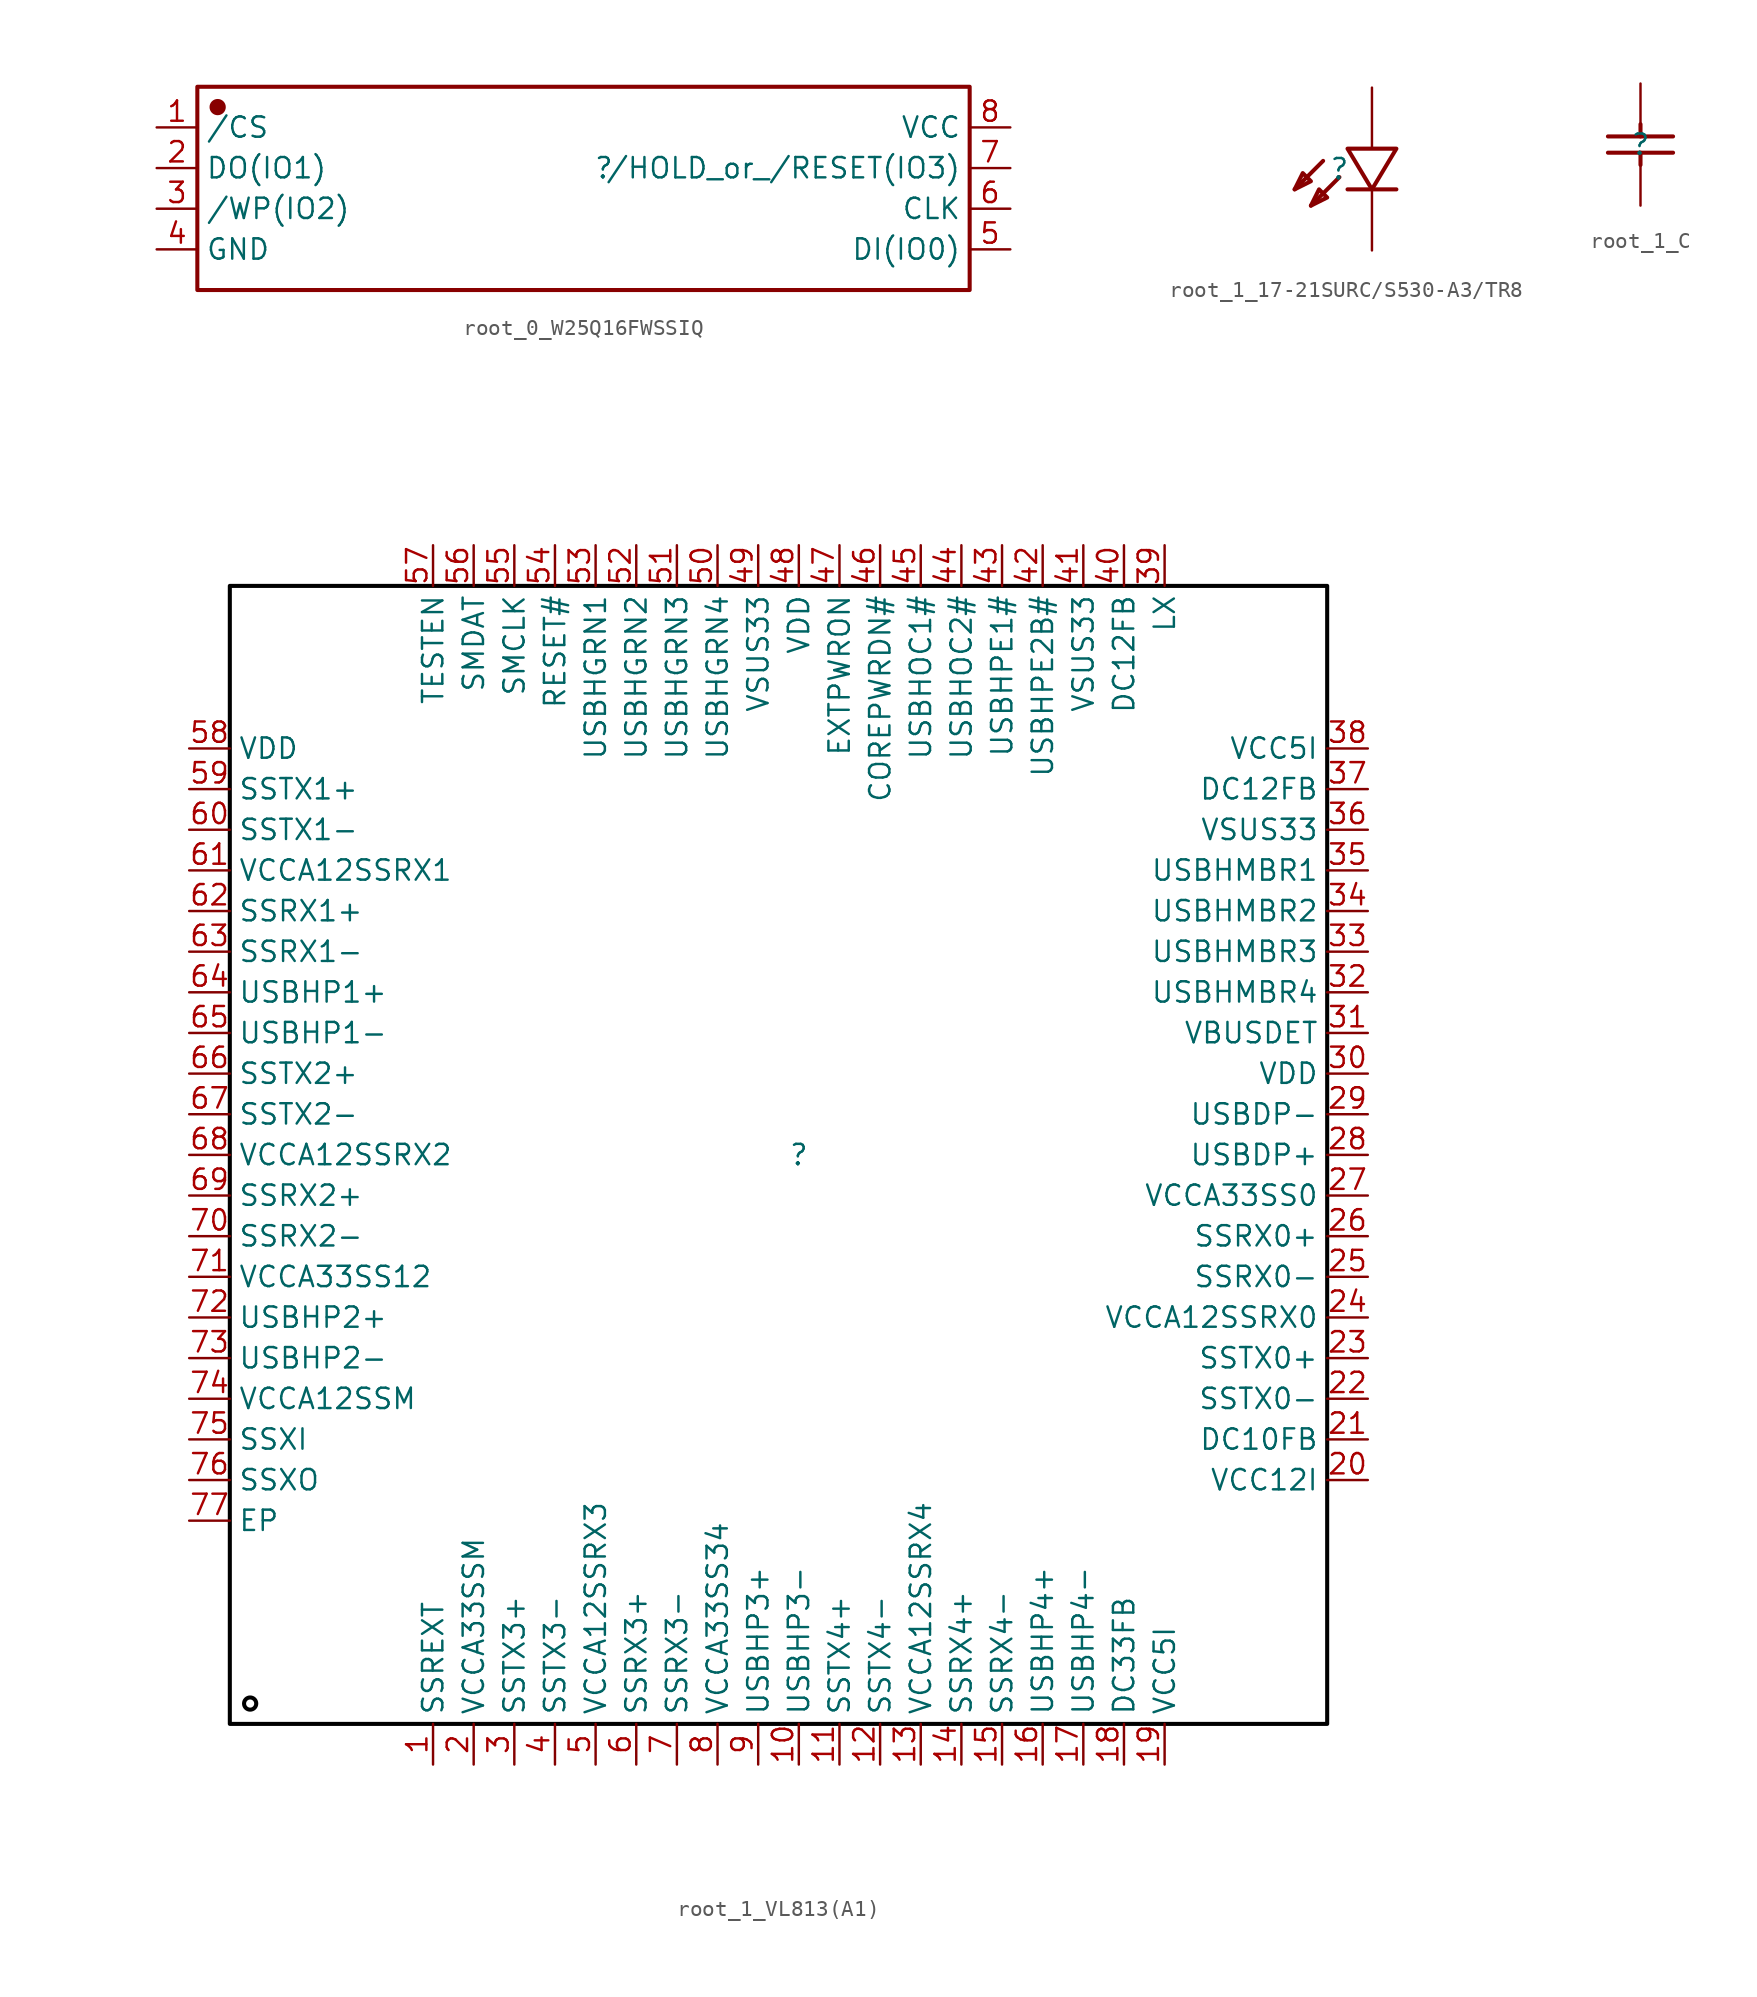
<source format=kicad_sym>
(kicad_symbol_lib
  (version 20231120)
  (generator "kicad_symbol_editor")
  (generator_version "8.0")
  (symbol "root_0_W25Q16FWSSIQ"
    (property "Reference" ""
      (at 0 0 0)
      (effects (font (size 1.27 1.27))))
    (property "Value" ""
      (at 0 0 0)
      (effects (font (size 1.27 1.27))))
    (symbol "root_0_W25Q16FWSSIQ_1_0"
      (rectangle (start -25.4 5.08) (end 22.86 -7.62) (stroke (width 0.254) (type solid) (color 136 0 0 1)) (fill (type none)))
      (circle (center -24.13 3.81) (radius 0.381) (stroke (width 0.254) (type solid) (color 136 0 0 1)) (fill (type outline)))
      (pin passive line (at -27.94 2.54 0) (length 2.54) (name "/CS" (effects (font (size 1.27 1.27)))) (number "1" (effects (font (size 1.27 1.27)))))
      (pin passive line (at -27.94 0 0) (length 2.54) (name "DO(IO1)" (effects (font (size 1.27 1.27)))) (number "2" (effects (font (size 1.27 1.27)))))
      (pin passive line (at -27.94 -2.54 0) (length 2.54) (name "/WP(IO2)" (effects (font (size 1.27 1.27)))) (number "3" (effects (font (size 1.27 1.27)))))
      (pin passive line (at -27.94 -5.08 0) (length 2.54) (name "GND" (effects (font (size 1.27 1.27)))) (number "4" (effects (font (size 1.27 1.27)))))
      (pin passive line (at 25.4 -5.08 180) (length 2.54) (name "DI(IO0)" (effects (font (size 1.27 1.27)))) (number "5" (effects (font (size 1.27 1.27)))))
      (pin passive line (at 25.4 -2.54 180) (length 2.54) (name "CLK" (effects (font (size 1.27 1.27)))) (number "6" (effects (font (size 1.27 1.27)))))
      (pin passive line (at 25.4 0 180) (length 2.54) (name "/HOLD_or_/RESET(IO3)" (effects (font (size 1.27 1.27)))) (number "7" (effects (font (size 1.27 1.27)))))
      (pin passive line (at 25.4 2.54 180) (length 2.54) (name "VCC" (effects (font (size 1.27 1.27)))) (number "8" (effects (font (size 1.27 1.27)))))))
  (symbol "root_1_17-21SURC/S530-A3/TR8"
    (property "Reference" ""
      (at 0 0 0)
      (effects (font (size 1.27 1.27))))
    (property "Value" ""
      (at 0 0 0)
      (effects (font (size 1.27 1.27))))
    (symbol "root_1_17-21SURC/S530-A3/TR8_1_0"
      (polyline (pts (xy -1.016 0.508) (xy -2.794 -1.27)) (stroke (width 0.254) (type solid) (color 136 0 0 1)) (fill (type none)))
      (polyline (pts (xy 0 -0.508) (xy -1.778 -2.286)) (stroke (width 0.254) (type solid) (color 136 0 0 1)) (fill (type none)))
      (polyline (pts (xy 0.508 -1.27) (xy 3.556 -1.27)) (stroke (width 0.254) (type solid) (color 136 0 0 1)) (fill (type none)))
      (polyline (pts (xy -2.794 -1.27) (xy -2.286 -0.254) (xy -2.286 -0.254) (xy -1.778 -0.762) (xy -1.778 -0.762) (xy -2.794 -1.27)) (stroke (width 0.254) (type solid) (color 136 0 0 1)) (fill (type none)))
      (polyline (pts (xy -1.778 -2.286) (xy -1.27 -1.27) (xy -1.27 -1.27) (xy -0.762 -1.778) (xy -0.762 -1.778) (xy -1.778 -2.286)) (stroke (width 0.254) (type solid) (color 136 0 0 1)) (fill (type none)))
      (polyline (pts (xy 3.556 1.27) (xy 2.032 -1.27) (xy 2.032 -1.27) (xy 0.508 1.27) (xy 0.508 1.27) (xy 3.556 1.27)) (stroke (width 0.254) (type solid) (color 136 0 0 1)) (fill (type none)))
      (pin passive line (at 2.032 5.08 270) (length 3.81) (name "A" (effects (font (size 0 0)))) (number "1" (effects (font (size 0 0)))))
      (pin passive line (at 2.032 -5.08 90) (length 3.81) (name "C" (effects (font (size 0 0)))) (number "2" (effects (font (size 0 0)))))))
  (symbol "root_1_C"
    (property "Reference" ""
      (at 0 0 0)
      (effects (font (size 1.27 1.27))))
    (property "Value" ""
      (at 0 0 0)
      (effects (font (size 1.27 1.27))))
    (symbol "root_1_C_1_0"
      (polyline (pts (xy -2.032 -0.508) (xy 2.032 -0.508)) (stroke (width 0.254) (type solid) (color 136 0 0 1)) (fill (type none)))
      (polyline (pts (xy -2.032 0.508) (xy 2.032 0.508)) (stroke (width 0.254) (type solid) (color 136 0 0 1)) (fill (type none)))
      (polyline (pts (xy 0 -1.27) (xy 0 -0.508)) (stroke (width 0.254) (type solid) (color 136 0 0 1)) (fill (type none)))
      (polyline (pts (xy 0 0.508) (xy 0 1.27)) (stroke (width 0.254) (type solid) (color 136 0 0 1)) (fill (type none)))
      (pin passive line (at 0 -3.81 90) (length 2.54) (name "1" (effects (font (size 0 0)))) (number "1" (effects (font (size 0 0)))))
      (pin passive line (at 0 3.81 270) (length 2.54) (name "2" (effects (font (size 0 0)))) (number "2" (effects (font (size 0 0)))))))
  (symbol "root_1_VL813(A1)"
    (property "Reference" ""
      (at 0 0 0)
      (effects (font (size 1.27 1.27))))
    (property "Value" ""
      (at 0 0 0)
      (effects (font (size 1.27 1.27))))
    (symbol "root_1_VL813(A1)_1_0"
      (rectangle (start -35.56 35.56) (end 33.02 -35.56) (stroke (width 0.254) (type solid) (color 0 0 0 1)) (fill (type none)))
      (circle (center -34.29 -34.29) (radius 0.381) (stroke (width 0.254) (type solid) (color 0 0 0 1)) (fill (type none)))
      (pin passive line (at -22.86 -38.1 90) (length 2.54) (name "SSREXT" (effects (font (size 1.27 1.27)))) (number "1" (effects (font (size 1.27 1.27)))))
      (pin passive line (at 0 -38.1 90) (length 2.54) (name "USBHP3-" (effects (font (size 1.27 1.27)))) (number "10" (effects (font (size 1.27 1.27)))))
      (pin passive line (at 2.54 -38.1 90) (length 2.54) (name "SSTX4+" (effects (font (size 1.27 1.27)))) (number "11" (effects (font (size 1.27 1.27)))))
      (pin passive line (at 5.08 -38.1 90) (length 2.54) (name "SSTX4-" (effects (font (size 1.27 1.27)))) (number "12" (effects (font (size 1.27 1.27)))))
      (pin passive line (at 7.62 -38.1 90) (length 2.54) (name "VCCA12SSRX4" (effects (font (size 1.27 1.27)))) (number "13" (effects (font (size 1.27 1.27)))))
      (pin passive line (at 10.16 -38.1 90) (length 2.54) (name "SSRX4+" (effects (font (size 1.27 1.27)))) (number "14" (effects (font (size 1.27 1.27)))))
      (pin passive line (at 12.7 -38.1 90) (length 2.54) (name "SSRX4-" (effects (font (size 1.27 1.27)))) (number "15" (effects (font (size 1.27 1.27)))))
      (pin passive line (at 15.24 -38.1 90) (length 2.54) (name "USBHP4+" (effects (font (size 1.27 1.27)))) (number "16" (effects (font (size 1.27 1.27)))))
      (pin passive line (at 17.78 -38.1 90) (length 2.54) (name "USBHP4-" (effects (font (size 1.27 1.27)))) (number "17" (effects (font (size 1.27 1.27)))))
      (pin passive line (at 20.32 -38.1 90) (length 2.54) (name "DC33FB" (effects (font (size 1.27 1.27)))) (number "18" (effects (font (size 1.27 1.27)))))
      (pin passive line (at 22.86 -38.1 90) (length 2.54) (name "VCC5I" (effects (font (size 1.27 1.27)))) (number "19" (effects (font (size 1.27 1.27)))))
      (pin passive line (at -20.32 -38.1 90) (length 2.54) (name "VCCA33SSM" (effects (font (size 1.27 1.27)))) (number "2" (effects (font (size 1.27 1.27)))))
      (pin passive line (at 35.56 -20.32 180) (length 2.54) (name "VCC12I" (effects (font (size 1.27 1.27)))) (number "20" (effects (font (size 1.27 1.27)))))
      (pin passive line (at 35.56 -17.78 180) (length 2.54) (name "DC10FB" (effects (font (size 1.27 1.27)))) (number "21" (effects (font (size 1.27 1.27)))))
      (pin passive line (at 35.56 -15.24 180) (length 2.54) (name "SSTX0-" (effects (font (size 1.27 1.27)))) (number "22" (effects (font (size 1.27 1.27)))))
      (pin passive line (at 35.56 -12.7 180) (length 2.54) (name "SSTX0+" (effects (font (size 1.27 1.27)))) (number "23" (effects (font (size 1.27 1.27)))))
      (pin passive line (at 35.56 -10.16 180) (length 2.54) (name "VCCA12SSRX0" (effects (font (size 1.27 1.27)))) (number "24" (effects (font (size 1.27 1.27)))))
      (pin passive line (at 35.56 -7.62 180) (length 2.54) (name "SSRX0-" (effects (font (size 1.27 1.27)))) (number "25" (effects (font (size 1.27 1.27)))))
      (pin passive line (at 35.56 -5.08 180) (length 2.54) (name "SSRX0+" (effects (font (size 1.27 1.27)))) (number "26" (effects (font (size 1.27 1.27)))))
      (pin passive line (at 35.56 -2.54 180) (length 2.54) (name "VCCA33SS0" (effects (font (size 1.27 1.27)))) (number "27" (effects (font (size 1.27 1.27)))))
      (pin passive line (at 35.56 0 180) (length 2.54) (name "USBDP+" (effects (font (size 1.27 1.27)))) (number "28" (effects (font (size 1.27 1.27)))))
      (pin passive line (at 35.56 2.54 180) (length 2.54) (name "USBDP-" (effects (font (size 1.27 1.27)))) (number "29" (effects (font (size 1.27 1.27)))))
      (pin passive line (at -17.78 -38.1 90) (length 2.54) (name "SSTX3+" (effects (font (size 1.27 1.27)))) (number "3" (effects (font (size 1.27 1.27)))))
      (pin passive line (at 35.56 5.08 180) (length 2.54) (name "VDD" (effects (font (size 1.27 1.27)))) (number "30" (effects (font (size 1.27 1.27)))))
      (pin passive line (at 35.56 7.62 180) (length 2.54) (name "VBUSDET" (effects (font (size 1.27 1.27)))) (number "31" (effects (font (size 1.27 1.27)))))
      (pin passive line (at 35.56 10.16 180) (length 2.54) (name "USBHMBR4" (effects (font (size 1.27 1.27)))) (number "32" (effects (font (size 1.27 1.27)))))
      (pin passive line (at 35.56 12.7 180) (length 2.54) (name "USBHMBR3" (effects (font (size 1.27 1.27)))) (number "33" (effects (font (size 1.27 1.27)))))
      (pin passive line (at 35.56 15.24 180) (length 2.54) (name "USBHMBR2" (effects (font (size 1.27 1.27)))) (number "34" (effects (font (size 1.27 1.27)))))
      (pin passive line (at 35.56 17.78 180) (length 2.54) (name "USBHMBR1" (effects (font (size 1.27 1.27)))) (number "35" (effects (font (size 1.27 1.27)))))
      (pin passive line (at 35.56 20.32 180) (length 2.54) (name "VSUS33" (effects (font (size 1.27 1.27)))) (number "36" (effects (font (size 1.27 1.27)))))
      (pin passive line (at 35.56 22.86 180) (length 2.54) (name "DC12FB" (effects (font (size 1.27 1.27)))) (number "37" (effects (font (size 1.27 1.27)))))
      (pin passive line (at 35.56 25.4 180) (length 2.54) (name "VCC5I" (effects (font (size 1.27 1.27)))) (number "38" (effects (font (size 1.27 1.27)))))
      (pin passive line (at 22.86 38.1 270) (length 2.54) (name "LX" (effects (font (size 1.27 1.27)))) (number "39" (effects (font (size 1.27 1.27)))))
      (pin passive line (at -15.24 -38.1 90) (length 2.54) (name "SSTX3-" (effects (font (size 1.27 1.27)))) (number "4" (effects (font (size 1.27 1.27)))))
      (pin passive line (at 20.32 38.1 270) (length 2.54) (name "DC12FB" (effects (font (size 1.27 1.27)))) (number "40" (effects (font (size 1.27 1.27)))))
      (pin passive line (at 17.78 38.1 270) (length 2.54) (name "VSUS33" (effects (font (size 1.27 1.27)))) (number "41" (effects (font (size 1.27 1.27)))))
      (pin passive line (at 15.24 38.1 270) (length 2.54) (name "USBHPE2B#" (effects (font (size 1.27 1.27)))) (number "42" (effects (font (size 1.27 1.27)))))
      (pin passive line (at 12.7 38.1 270) (length 2.54) (name "USBHPE1#" (effects (font (size 1.27 1.27)))) (number "43" (effects (font (size 1.27 1.27)))))
      (pin passive line (at 10.16 38.1 270) (length 2.54) (name "USBHOC2#" (effects (font (size 1.27 1.27)))) (number "44" (effects (font (size 1.27 1.27)))))
      (pin passive line (at 7.62 38.1 270) (length 2.54) (name "USBHOC1#" (effects (font (size 1.27 1.27)))) (number "45" (effects (font (size 1.27 1.27)))))
      (pin passive line (at 5.08 38.1 270) (length 2.54) (name "COREPWRDN#" (effects (font (size 1.27 1.27)))) (number "46" (effects (font (size 1.27 1.27)))))
      (pin passive line (at 2.54 38.1 270) (length 2.54) (name "EXTPWRON" (effects (font (size 1.27 1.27)))) (number "47" (effects (font (size 1.27 1.27)))))
      (pin passive line (at 0 38.1 270) (length 2.54) (name "VDD" (effects (font (size 1.27 1.27)))) (number "48" (effects (font (size 1.27 1.27)))))
      (pin passive line (at -2.54 38.1 270) (length 2.54) (name "VSUS33" (effects (font (size 1.27 1.27)))) (number "49" (effects (font (size 1.27 1.27)))))
      (pin passive line (at -12.7 -38.1 90) (length 2.54) (name "VCCA12SSRX3" (effects (font (size 1.27 1.27)))) (number "5" (effects (font (size 1.27 1.27)))))
      (pin passive line (at -5.08 38.1 270) (length 2.54) (name "USBHGRN4" (effects (font (size 1.27 1.27)))) (number "50" (effects (font (size 1.27 1.27)))))
      (pin passive line (at -7.62 38.1 270) (length 2.54) (name "USBHGRN3" (effects (font (size 1.27 1.27)))) (number "51" (effects (font (size 1.27 1.27)))))
      (pin passive line (at -10.16 38.1 270) (length 2.54) (name "USBHGRN2" (effects (font (size 1.27 1.27)))) (number "52" (effects (font (size 1.27 1.27)))))
      (pin passive line (at -12.7 38.1 270) (length 2.54) (name "USBHGRN1" (effects (font (size 1.27 1.27)))) (number "53" (effects (font (size 1.27 1.27)))))
      (pin passive line (at -15.24 38.1 270) (length 2.54) (name "RESET#" (effects (font (size 1.27 1.27)))) (number "54" (effects (font (size 1.27 1.27)))))
      (pin passive line (at -17.78 38.1 270) (length 2.54) (name "SMCLK" (effects (font (size 1.27 1.27)))) (number "55" (effects (font (size 1.27 1.27)))))
      (pin passive line (at -20.32 38.1 270) (length 2.54) (name "SMDAT" (effects (font (size 1.27 1.27)))) (number "56" (effects (font (size 1.27 1.27)))))
      (pin passive line (at -22.86 38.1 270) (length 2.54) (name "TESTEN" (effects (font (size 1.27 1.27)))) (number "57" (effects (font (size 1.27 1.27)))))
      (pin passive line (at -38.1 25.4 0) (length 2.54) (name "VDD" (effects (font (size 1.27 1.27)))) (number "58" (effects (font (size 1.27 1.27)))))
      (pin passive line (at -38.1 22.86 0) (length 2.54) (name "SSTX1+" (effects (font (size 1.27 1.27)))) (number "59" (effects (font (size 1.27 1.27)))))
      (pin passive line (at -10.16 -38.1 90) (length 2.54) (name "SSRX3+" (effects (font (size 1.27 1.27)))) (number "6" (effects (font (size 1.27 1.27)))))
      (pin passive line (at -38.1 20.32 0) (length 2.54) (name "SSTX1-" (effects (font (size 1.27 1.27)))) (number "60" (effects (font (size 1.27 1.27)))))
      (pin passive line (at -38.1 17.78 0) (length 2.54) (name "VCCA12SSRX1" (effects (font (size 1.27 1.27)))) (number "61" (effects (font (size 1.27 1.27)))))
      (pin passive line (at -38.1 15.24 0) (length 2.54) (name "SSRX1+" (effects (font (size 1.27 1.27)))) (number "62" (effects (font (size 1.27 1.27)))))
      (pin passive line (at -38.1 12.7 0) (length 2.54) (name "SSRX1-" (effects (font (size 1.27 1.27)))) (number "63" (effects (font (size 1.27 1.27)))))
      (pin passive line (at -38.1 10.16 0) (length 2.54) (name "USBHP1+" (effects (font (size 1.27 1.27)))) (number "64" (effects (font (size 1.27 1.27)))))
      (pin passive line (at -38.1 7.62 0) (length 2.54) (name "USBHP1-" (effects (font (size 1.27 1.27)))) (number "65" (effects (font (size 1.27 1.27)))))
      (pin passive line (at -38.1 5.08 0) (length 2.54) (name "SSTX2+" (effects (font (size 1.27 1.27)))) (number "66" (effects (font (size 1.27 1.27)))))
      (pin passive line (at -38.1 2.54 0) (length 2.54) (name "SSTX2-" (effects (font (size 1.27 1.27)))) (number "67" (effects (font (size 1.27 1.27)))))
      (pin passive line (at -38.1 0 0) (length 2.54) (name "VCCA12SSRX2" (effects (font (size 1.27 1.27)))) (number "68" (effects (font (size 1.27 1.27)))))
      (pin passive line (at -38.1 -2.54 0) (length 2.54) (name "SSRX2+" (effects (font (size 1.27 1.27)))) (number "69" (effects (font (size 1.27 1.27)))))
      (pin passive line (at -7.62 -38.1 90) (length 2.54) (name "SSRX3-" (effects (font (size 1.27 1.27)))) (number "7" (effects (font (size 1.27 1.27)))))
      (pin passive line (at -38.1 -5.08 0) (length 2.54) (name "SSRX2-" (effects (font (size 1.27 1.27)))) (number "70" (effects (font (size 1.27 1.27)))))
      (pin passive line (at -38.1 -7.62 0) (length 2.54) (name "VCCA33SS12" (effects (font (size 1.27 1.27)))) (number "71" (effects (font (size 1.27 1.27)))))
      (pin passive line (at -38.1 -10.16 0) (length 2.54) (name "USBHP2+" (effects (font (size 1.27 1.27)))) (number "72" (effects (font (size 1.27 1.27)))))
      (pin passive line (at -38.1 -12.7 0) (length 2.54) (name "USBHP2-" (effects (font (size 1.27 1.27)))) (number "73" (effects (font (size 1.27 1.27)))))
      (pin passive line (at -38.1 -15.24 0) (length 2.54) (name "VCCA12SSM" (effects (font (size 1.27 1.27)))) (number "74" (effects (font (size 1.27 1.27)))))
      (pin passive line (at -38.1 -17.78 0) (length 2.54) (name "SSXI" (effects (font (size 1.27 1.27)))) (number "75" (effects (font (size 1.27 1.27)))))
      (pin passive line (at -38.1 -20.32 0) (length 2.54) (name "SSXO" (effects (font (size 1.27 1.27)))) (number "76" (effects (font (size 1.27 1.27)))))
      (pin passive line (at -38.1 -22.86 0) (length 2.54) (name "EP" (effects (font (size 1.27 1.27)))) (number "77" (effects (font (size 1.27 1.27)))))
      (pin passive line (at -5.08 -38.1 90) (length 2.54) (name "VCCA33SS34" (effects (font (size 1.27 1.27)))) (number "8" (effects (font (size 1.27 1.27)))))
      (pin passive line (at -2.54 -38.1 90) (length 2.54) (name "USBHP3+" (effects (font (size 1.27 1.27)))) (number "9" (effects (font (size 1.27 1.27))))))))
</source>
